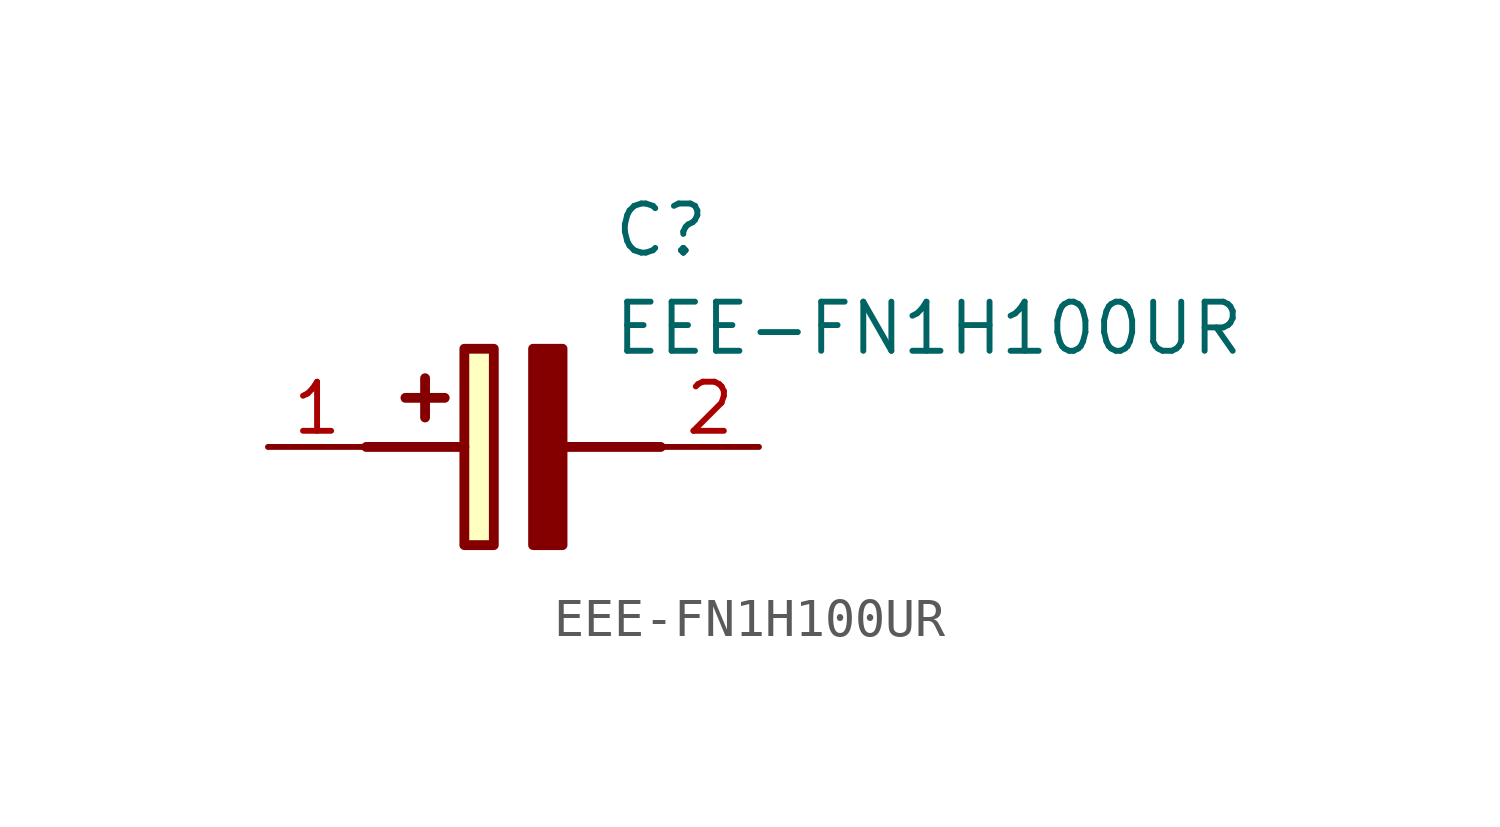
<source format=kicad_sym>
(kicad_symbol_lib
  (version 20211014)
  (generator SamacSys_ECAD_Model)
  (symbol "EEE-FN1H100UR"
    (pin_names hide)
    (property "Reference" "C"
      (at 8.89 6.35 0)
      (effects (font (size 1.27 1.27)) (justify left top)))
    (property "Value" "EEE-FN1H100UR"
      (at 8.89 3.81 0)
      (effects (font (size 1.27 1.27)) (justify left top)))
    (rectangle
      (start 5.08 2.54)
      (end 5.842 -2.54)
      (stroke (width 0.254) (type default))
      (fill (type background)))
    (polyline
      (pts (xy 4.572 1.27) (xy 3.556 1.27))
      (stroke (width 0.254) (type default))
      (fill (type none)))
    (polyline
      (pts (xy 4.064 1.778) (xy 4.064 0.762))
      (stroke (width 0.254) (type default))
      (fill (type none)))
    (polyline
      (pts (xy 2.54 0) (xy 5.08 0))
      (stroke (width 0.254) (type default))
      (fill (type none)))
    (polyline
      (pts (xy 7.62 0) (xy 10.16 0))
      (stroke (width 0.254) (type default))
      (fill (type none)))
    (polyline
      (pts (xy 7.62 2.54) (xy 7.62 -2.54) (xy 6.858 -2.54) (xy 6.858 2.54) (xy 7.62 2.54))
      (stroke (width 0.254) (type default))
      (fill (type outline)))
    (pin passive line
      (at 0 0 0)
      (length 2.54)
      (name "+" (effects (font (size 1.27 1.27))))
      (number "1" (effects (font (size 1.27 1.27)))))
    (pin passive line
      (at 12.7 0 180)
      (length 2.54)
      (name "-" (effects (font (size 1.27 1.27))))
      (number "2" (effects (font (size 1.27 1.27)))))))
</source>
